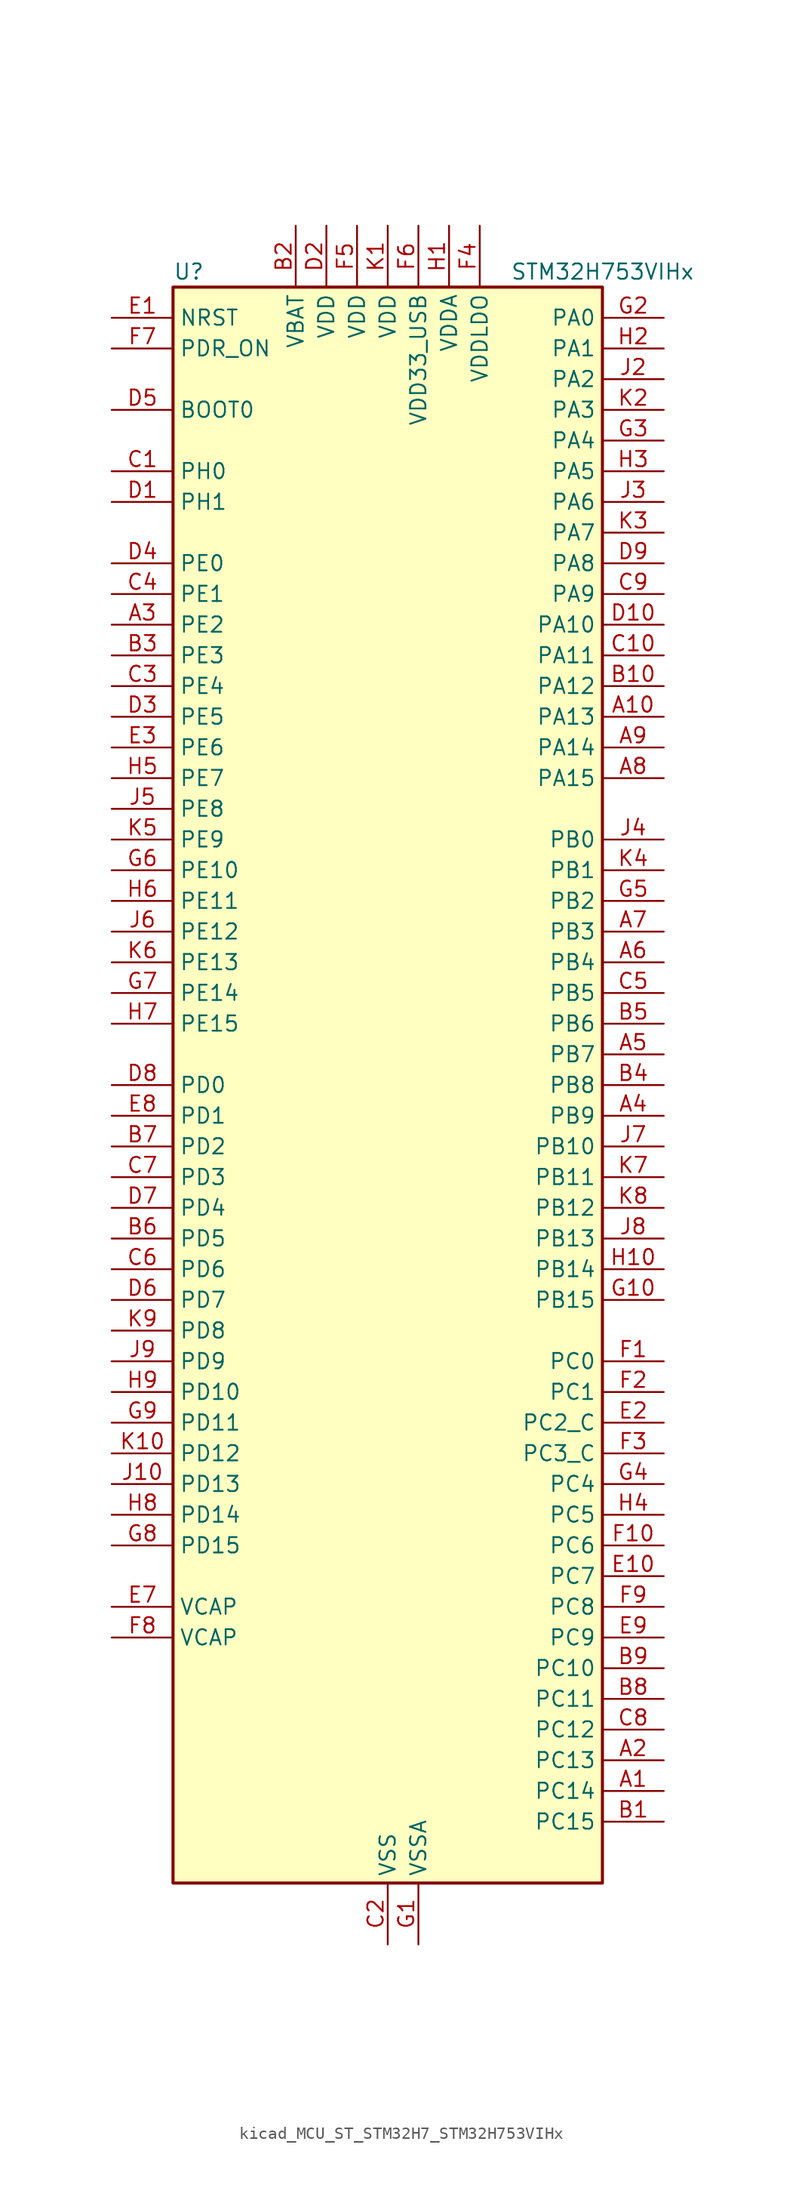
<source format=kicad_sym>
(kicad_symbol_lib
  (version 20220914)
  (generator kicad_symbol_editor)
  (symbol "kicad_MCU_ST_STM32H7_STM32H753VIHx"
    (property "Reference" "U"
      (at -17.78 67.31 0)
      (effects (font (size 1.27 1.27)) (justify left)))
    (property "Value" "STM32H753VIHx"
      (at 10.16 67.31 0)
      (effects (font (size 1.27 1.27)) (justify left)))
    (property "ki_locked" ""
      (at 0 0 0)
      (effects (font (size 1.27 1.27))))
    (symbol "kicad_MCU_ST_STM32H7_STM32H753VIHx_0_1"
      (rectangle (start -17.78 -66.04) (end 17.78 66.04) (stroke (width 0.254) (type default)) (fill (type background))))
    (symbol "kicad_MCU_ST_STM32H7_STM32H753VIHx_1_1"
      (pin bidirectional line (at 22.86 -58.42 180) (length 5.08) (name "PC14" (effects (font (size 1.27 1.27)))) (number "A1" (effects (font (size 1.27 1.27)))) (alternate "RCC_OSC32_IN" bidirectional line))
      (pin bidirectional line (at 22.86 30.48 180) (length 5.08) (name "PA13" (effects (font (size 1.27 1.27)))) (number "A10" (effects (font (size 1.27 1.27)))) (alternate "DEBUG_JTMS-SWDIO" bidirectional line))
      (pin bidirectional line (at 22.86 -55.88 180) (length 5.08) (name "PC13" (effects (font (size 1.27 1.27)))) (number "A2" (effects (font (size 1.27 1.27)))) (alternate "PWR_WKUP2" bidirectional line) (alternate "RTC_OUT_ALARM" bidirectional line) (alternate "RTC_OUT_CALIB" bidirectional line) (alternate "RTC_TAMP1" bidirectional line) (alternate "RTC_TS" bidirectional line))
      (pin bidirectional line (at -22.86 38.1 0) (length 5.08) (name "PE2" (effects (font (size 1.27 1.27)))) (number "A3" (effects (font (size 1.27 1.27)))) (alternate "DEBUG_TRACECLK" bidirectional line) (alternate "ETH_TXD3" bidirectional line) (alternate "FMC_A23" bidirectional line) (alternate "QUADSPI_BK1_IO2" bidirectional line) (alternate "SAI1_CK1" bidirectional line) (alternate "SAI1_MCLK_A" bidirectional line) (alternate "SAI4_CK1" bidirectional line) (alternate "SAI4_MCLK_A" bidirectional line) (alternate "SPI4_SCK" bidirectional line))
      (pin bidirectional line (at 22.86 -2.54 180) (length 5.08) (name "PB9" (effects (font (size 1.27 1.27)))) (number "A4" (effects (font (size 1.27 1.27)))) (alternate "DAC1_EXTI9" bidirectional line) (alternate "DCMI_D7" bidirectional line) (alternate "DFSDM1_DATIN7" bidirectional line) (alternate "FDCAN1_TX" bidirectional line) (alternate "I2C1_SDA" bidirectional line) (alternate "I2C4_SDA" bidirectional line) (alternate "I2C4_SMBA" bidirectional line) (alternate "I2S2_WS" bidirectional line) (alternate "LTDC_B7" bidirectional line) (alternate "SDMMC1_CDIR" bidirectional line) (alternate "SDMMC1_D5" bidirectional line) (alternate "SDMMC2_D5" bidirectional line) (alternate "SPI2_NSS" bidirectional line) (alternate "TIM17_CH1" bidirectional line) (alternate "TIM4_CH4" bidirectional line) (alternate "UART4_TX" bidirectional line))
      (pin bidirectional line (at 22.86 2.54 180) (length 5.08) (name "PB7" (effects (font (size 1.27 1.27)))) (number "A5" (effects (font (size 1.27 1.27)))) (alternate "DCMI_VSYNC" bidirectional line) (alternate "DFSDM1_CKIN5" bidirectional line) (alternate "FMC_NL" bidirectional line) (alternate "HRTIM_EEV9" bidirectional line) (alternate "I2C1_SDA" bidirectional line) (alternate "I2C4_SDA" bidirectional line) (alternate "LPUART1_RX" bidirectional line) (alternate "PWR_PVD_IN" bidirectional line) (alternate "TIM17_CH1N" bidirectional line) (alternate "TIM4_CH2" bidirectional line) (alternate "USART1_RX" bidirectional line))
      (pin bidirectional line (at 22.86 10.16 180) (length 5.08) (name "PB4" (effects (font (size 1.27 1.27)))) (number "A6" (effects (font (size 1.27 1.27)))) (alternate "DEBUG_JTRST" bidirectional line) (alternate "HRTIM_EEV6" bidirectional line) (alternate "I2S1_SDI" bidirectional line) (alternate "I2S2_WS" bidirectional line) (alternate "I2S3_SDI" bidirectional line) (alternate "SDMMC2_D3" bidirectional line) (alternate "SPI1_MISO" bidirectional line) (alternate "SPI2_NSS" bidirectional line) (alternate "SPI3_MISO" bidirectional line) (alternate "SPI6_MISO" bidirectional line) (alternate "TIM16_BKIN" bidirectional line) (alternate "TIM3_CH1" bidirectional line) (alternate "UART7_TX" bidirectional line))
      (pin bidirectional line (at 22.86 12.7 180) (length 5.08) (name "PB3" (effects (font (size 1.27 1.27)))) (number "A7" (effects (font (size 1.27 1.27)))) (alternate "CRS_SYNC" bidirectional line) (alternate "DEBUG_JTDO-SWO" bidirectional line) (alternate "HRTIM_FLT4" bidirectional line) (alternate "I2S1_CK" bidirectional line) (alternate "I2S3_CK" bidirectional line) (alternate "SDMMC2_D2" bidirectional line) (alternate "SPI1_SCK" bidirectional line) (alternate "SPI3_SCK" bidirectional line) (alternate "SPI6_SCK" bidirectional line) (alternate "TIM2_CH2" bidirectional line) (alternate "UART7_RX" bidirectional line))
      (pin bidirectional line (at 22.86 25.4 180) (length 5.08) (name "PA15" (effects (font (size 1.27 1.27)))) (number "A8" (effects (font (size 1.27 1.27)))) (alternate "ADC1_EXTI15" bidirectional line) (alternate "ADC2_EXTI15" bidirectional line) (alternate "ADC3_EXTI15" bidirectional line) (alternate "CEC" bidirectional line) (alternate "DEBUG_JTDI" bidirectional line) (alternate "HRTIM_FLT1" bidirectional line) (alternate "I2S1_WS" bidirectional line) (alternate "I2S3_WS" bidirectional line) (alternate "SPI1_NSS" bidirectional line) (alternate "SPI3_NSS" bidirectional line) (alternate "SPI6_NSS" bidirectional line) (alternate "TIM2_CH1" bidirectional line) (alternate "TIM2_ETR" bidirectional line) (alternate "UART4_DE" bidirectional line) (alternate "UART4_RTS" bidirectional line) (alternate "UART7_TX" bidirectional line))
      (pin bidirectional line (at 22.86 27.94 180) (length 5.08) (name "PA14" (effects (font (size 1.27 1.27)))) (number "A9" (effects (font (size 1.27 1.27)))) (alternate "DEBUG_JTCK-SWCLK" bidirectional line))
      (pin bidirectional line (at 22.86 -60.96 180) (length 5.08) (name "PC15" (effects (font (size 1.27 1.27)))) (number "B1" (effects (font (size 1.27 1.27)))) (alternate "ADC1_EXTI15" bidirectional line) (alternate "ADC2_EXTI15" bidirectional line) (alternate "ADC3_EXTI15" bidirectional line) (alternate "RCC_OSC32_OUT" bidirectional line))
      (pin bidirectional line (at 22.86 33.02 180) (length 5.08) (name "PA12" (effects (font (size 1.27 1.27)))) (number "B10" (effects (font (size 1.27 1.27)))) (alternate "FDCAN1_TX" bidirectional line) (alternate "HRTIM_CHD2" bidirectional line) (alternate "I2S2_CK" bidirectional line) (alternate "LPUART1_DE" bidirectional line) (alternate "LPUART1_RTS" bidirectional line) (alternate "LTDC_R5" bidirectional line) (alternate "SAI2_FS_B" bidirectional line) (alternate "SPI2_SCK" bidirectional line) (alternate "TIM1_ETR" bidirectional line) (alternate "UART4_TX" bidirectional line) (alternate "USART1_DE" bidirectional line) (alternate "USART1_RTS" bidirectional line) (alternate "USB_OTG_FS_DP" bidirectional line))
      (pin power_in line (at -7.62 71.12 270) (length 5.08) (name "VBAT" (effects (font (size 1.27 1.27)))) (number "B2" (effects (font (size 1.27 1.27)))))
      (pin bidirectional line (at -22.86 35.56 0) (length 5.08) (name "PE3" (effects (font (size 1.27 1.27)))) (number "B3" (effects (font (size 1.27 1.27)))) (alternate "DEBUG_TRACED0" bidirectional line) (alternate "FMC_A19" bidirectional line) (alternate "SAI1_SD_B" bidirectional line) (alternate "SAI4_SD_B" bidirectional line) (alternate "TIM15_BKIN" bidirectional line))
      (pin bidirectional line (at 22.86 0 180) (length 5.08) (name "PB8" (effects (font (size 1.27 1.27)))) (number "B4" (effects (font (size 1.27 1.27)))) (alternate "DCMI_D6" bidirectional line) (alternate "DFSDM1_CKIN7" bidirectional line) (alternate "ETH_TXD3" bidirectional line) (alternate "FDCAN1_RX" bidirectional line) (alternate "I2C1_SCL" bidirectional line) (alternate "I2C4_SCL" bidirectional line) (alternate "LTDC_B6" bidirectional line) (alternate "SDMMC1_CKIN" bidirectional line) (alternate "SDMMC1_D4" bidirectional line) (alternate "SDMMC2_D4" bidirectional line) (alternate "TIM16_CH1" bidirectional line) (alternate "TIM4_CH3" bidirectional line) (alternate "UART4_RX" bidirectional line))
      (pin bidirectional line (at 22.86 5.08 180) (length 5.08) (name "PB6" (effects (font (size 1.27 1.27)))) (number "B5" (effects (font (size 1.27 1.27)))) (alternate "CEC" bidirectional line) (alternate "DCMI_D5" bidirectional line) (alternate "DFSDM1_DATIN5" bidirectional line) (alternate "FDCAN2_TX" bidirectional line) (alternate "FMC_SDNE1" bidirectional line) (alternate "HRTIM_EEV8" bidirectional line) (alternate "I2C1_SCL" bidirectional line) (alternate "I2C4_SCL" bidirectional line) (alternate "LPUART1_TX" bidirectional line) (alternate "QUADSPI_BK1_NCS" bidirectional line) (alternate "TIM16_CH1N" bidirectional line) (alternate "TIM4_CH1" bidirectional line) (alternate "UART5_TX" bidirectional line) (alternate "USART1_TX" bidirectional line))
      (pin bidirectional line (at -22.86 -12.7 0) (length 5.08) (name "PD5" (effects (font (size 1.27 1.27)))) (number "B6" (effects (font (size 1.27 1.27)))) (alternate "FMC_NWE" bidirectional line) (alternate "HRTIM_EEV3" bidirectional line) (alternate "USART2_TX" bidirectional line))
      (pin bidirectional line (at -22.86 -5.08 0) (length 5.08) (name "PD2" (effects (font (size 1.27 1.27)))) (number "B7" (effects (font (size 1.27 1.27)))) (alternate "DCMI_D11" bidirectional line) (alternate "DEBUG_TRACED2" bidirectional line) (alternate "SDMMC1_CMD" bidirectional line) (alternate "TIM3_ETR" bidirectional line) (alternate "UART5_RX" bidirectional line))
      (pin bidirectional line (at 22.86 -50.8 180) (length 5.08) (name "PC11" (effects (font (size 1.27 1.27)))) (number "B8" (effects (font (size 1.27 1.27)))) (alternate "ADC1_EXTI11" bidirectional line) (alternate "ADC2_EXTI11" bidirectional line) (alternate "ADC3_EXTI11" bidirectional line) (alternate "DCMI_D4" bidirectional line) (alternate "DFSDM1_DATIN5" bidirectional line) (alternate "HRTIM_FLT2" bidirectional line) (alternate "I2S3_SDI" bidirectional line) (alternate "QUADSPI_BK2_NCS" bidirectional line) (alternate "SDMMC1_D3" bidirectional line) (alternate "SPI3_MISO" bidirectional line) (alternate "UART4_RX" bidirectional line) (alternate "USART3_RX" bidirectional line))
      (pin bidirectional line (at 22.86 -48.26 180) (length 5.08) (name "PC10" (effects (font (size 1.27 1.27)))) (number "B9" (effects (font (size 1.27 1.27)))) (alternate "DCMI_D8" bidirectional line) (alternate "DFSDM1_CKIN5" bidirectional line) (alternate "HRTIM_EEV1" bidirectional line) (alternate "I2S3_CK" bidirectional line) (alternate "LTDC_R2" bidirectional line) (alternate "QUADSPI_BK1_IO1" bidirectional line) (alternate "SDMMC1_D2" bidirectional line) (alternate "SPI3_SCK" bidirectional line) (alternate "UART4_TX" bidirectional line) (alternate "USART3_TX" bidirectional line))
      (pin bidirectional line (at -22.86 50.8 0) (length 5.08) (name "PH0" (effects (font (size 1.27 1.27)))) (number "C1" (effects (font (size 1.27 1.27)))) (alternate "RCC_OSC_IN" bidirectional line))
      (pin bidirectional line (at 22.86 35.56 180) (length 5.08) (name "PA11" (effects (font (size 1.27 1.27)))) (number "C10" (effects (font (size 1.27 1.27)))) (alternate "ADC1_EXTI11" bidirectional line) (alternate "ADC2_EXTI11" bidirectional line) (alternate "ADC3_EXTI11" bidirectional line) (alternate "FDCAN1_RX" bidirectional line) (alternate "HRTIM_CHD1" bidirectional line) (alternate "I2S2_WS" bidirectional line) (alternate "LPUART1_CTS" bidirectional line) (alternate "LTDC_R4" bidirectional line) (alternate "SPI2_NSS" bidirectional line) (alternate "TIM1_CH4" bidirectional line) (alternate "UART4_RX" bidirectional line) (alternate "USART1_CTS" bidirectional line) (alternate "USART1_NSS" bidirectional line) (alternate "USB_OTG_FS_DM" bidirectional line))
      (pin power_in line (at 0 -71.12 90) (length 5.08) (name "VSS" (effects (font (size 1.27 1.27)))) (number "C2" (effects (font (size 1.27 1.27)))))
      (pin bidirectional line (at -22.86 33.02 0) (length 5.08) (name "PE4" (effects (font (size 1.27 1.27)))) (number "C3" (effects (font (size 1.27 1.27)))) (alternate "DCMI_D4" bidirectional line) (alternate "DEBUG_TRACED1" bidirectional line) (alternate "DFSDM1_DATIN3" bidirectional line) (alternate "FMC_A20" bidirectional line) (alternate "LTDC_B0" bidirectional line) (alternate "SAI1_D2" bidirectional line) (alternate "SAI1_FS_A" bidirectional line) (alternate "SAI4_D2" bidirectional line) (alternate "SAI4_FS_A" bidirectional line) (alternate "SPI4_NSS" bidirectional line) (alternate "TIM15_CH1N" bidirectional line))
      (pin bidirectional line (at -22.86 40.64 0) (length 5.08) (name "PE1" (effects (font (size 1.27 1.27)))) (number "C4" (effects (font (size 1.27 1.27)))) (alternate "DCMI_D3" bidirectional line) (alternate "FMC_NBL1" bidirectional line) (alternate "HRTIM_SCOUT" bidirectional line) (alternate "LPTIM1_IN2" bidirectional line) (alternate "UART8_TX" bidirectional line))
      (pin bidirectional line (at 22.86 7.62 180) (length 5.08) (name "PB5" (effects (font (size 1.27 1.27)))) (number "C5" (effects (font (size 1.27 1.27)))) (alternate "DCMI_D10" bidirectional line) (alternate "ETH_PPS_OUT" bidirectional line) (alternate "FDCAN2_RX" bidirectional line) (alternate "FMC_SDCKE1" bidirectional line) (alternate "HRTIM_EEV7" bidirectional line) (alternate "I2C1_SMBA" bidirectional line) (alternate "I2C4_SMBA" bidirectional line) (alternate "I2S1_SDO" bidirectional line) (alternate "I2S3_SDO" bidirectional line) (alternate "SPI1_MOSI" bidirectional line) (alternate "SPI3_MOSI" bidirectional line) (alternate "SPI6_MOSI" bidirectional line) (alternate "TIM17_BKIN" bidirectional line) (alternate "TIM3_CH2" bidirectional line) (alternate "UART5_RX" bidirectional line) (alternate "USB_OTG_HS_ULPI_D7" bidirectional line))
      (pin bidirectional line (at -22.86 -15.24 0) (length 5.08) (name "PD6" (effects (font (size 1.27 1.27)))) (number "C6" (effects (font (size 1.27 1.27)))) (alternate "DCMI_D10" bidirectional line) (alternate "DFSDM1_CKIN4" bidirectional line) (alternate "DFSDM1_DATIN1" bidirectional line) (alternate "FMC_NWAIT" bidirectional line) (alternate "I2S3_SDO" bidirectional line) (alternate "LTDC_B2" bidirectional line) (alternate "SAI1_D1" bidirectional line) (alternate "SAI1_SD_A" bidirectional line) (alternate "SAI4_D1" bidirectional line) (alternate "SAI4_SD_A" bidirectional line) (alternate "SDMMC2_CK" bidirectional line) (alternate "SPI3_MOSI" bidirectional line) (alternate "USART2_RX" bidirectional line))
      (pin bidirectional line (at -22.86 -7.62 0) (length 5.08) (name "PD3" (effects (font (size 1.27 1.27)))) (number "C7" (effects (font (size 1.27 1.27)))) (alternate "DCMI_D5" bidirectional line) (alternate "DFSDM1_CKOUT" bidirectional line) (alternate "FMC_CLK" bidirectional line) (alternate "I2S2_CK" bidirectional line) (alternate "LTDC_G7" bidirectional line) (alternate "SPI2_SCK" bidirectional line) (alternate "USART2_CTS" bidirectional line) (alternate "USART2_NSS" bidirectional line))
      (pin bidirectional line (at 22.86 -53.34 180) (length 5.08) (name "PC12" (effects (font (size 1.27 1.27)))) (number "C8" (effects (font (size 1.27 1.27)))) (alternate "DCMI_D9" bidirectional line) (alternate "DEBUG_TRACED3" bidirectional line) (alternate "HRTIM_EEV2" bidirectional line) (alternate "I2S3_SDO" bidirectional line) (alternate "SDMMC1_CK" bidirectional line) (alternate "SPI3_MOSI" bidirectional line) (alternate "UART5_TX" bidirectional line) (alternate "USART3_CK" bidirectional line))
      (pin bidirectional line (at 22.86 40.64 180) (length 5.08) (name "PA9" (effects (font (size 1.27 1.27)))) (number "C9" (effects (font (size 1.27 1.27)))) (alternate "DAC1_EXTI9" bidirectional line) (alternate "DCMI_D0" bidirectional line) (alternate "HRTIM_CHC1" bidirectional line) (alternate "I2C3_SMBA" bidirectional line) (alternate "I2S2_CK" bidirectional line) (alternate "LPUART1_TX" bidirectional line) (alternate "LTDC_R5" bidirectional line) (alternate "SPI2_SCK" bidirectional line) (alternate "TIM1_CH2" bidirectional line) (alternate "USART1_TX" bidirectional line) (alternate "USB_OTG_FS_VBUS" bidirectional line))
      (pin bidirectional line (at -22.86 48.26 0) (length 5.08) (name "PH1" (effects (font (size 1.27 1.27)))) (number "D1" (effects (font (size 1.27 1.27)))) (alternate "RCC_OSC_OUT" bidirectional line))
      (pin bidirectional line (at 22.86 38.1 180) (length 5.08) (name "PA10" (effects (font (size 1.27 1.27)))) (number "D10" (effects (font (size 1.27 1.27)))) (alternate "DCMI_D1" bidirectional line) (alternate "HRTIM_CHC2" bidirectional line) (alternate "LPUART1_RX" bidirectional line) (alternate "LTDC_B1" bidirectional line) (alternate "LTDC_B4" bidirectional line) (alternate "MDIOS_MDIO" bidirectional line) (alternate "TIM1_CH3" bidirectional line) (alternate "USART1_RX" bidirectional line) (alternate "USB_OTG_FS_ID" bidirectional line))
      (pin power_in line (at -5.08 71.12 270) (length 5.08) (name "VDD" (effects (font (size 1.27 1.27)))) (number "D2" (effects (font (size 1.27 1.27)))))
      (pin bidirectional line (at -22.86 30.48 0) (length 5.08) (name "PE5" (effects (font (size 1.27 1.27)))) (number "D3" (effects (font (size 1.27 1.27)))) (alternate "DCMI_D6" bidirectional line) (alternate "DEBUG_TRACED2" bidirectional line) (alternate "DFSDM1_CKIN3" bidirectional line) (alternate "FMC_A21" bidirectional line) (alternate "LTDC_G0" bidirectional line) (alternate "SAI1_CK2" bidirectional line) (alternate "SAI1_SCK_A" bidirectional line) (alternate "SAI4_CK2" bidirectional line) (alternate "SAI4_SCK_A" bidirectional line) (alternate "SPI4_MISO" bidirectional line) (alternate "TIM15_CH1" bidirectional line))
      (pin bidirectional line (at -22.86 43.18 0) (length 5.08) (name "PE0" (effects (font (size 1.27 1.27)))) (number "D4" (effects (font (size 1.27 1.27)))) (alternate "DCMI_D2" bidirectional line) (alternate "FMC_NBL0" bidirectional line) (alternate "HRTIM_SCIN" bidirectional line) (alternate "LPTIM1_ETR" bidirectional line) (alternate "LPTIM2_ETR" bidirectional line) (alternate "SAI2_MCLK_A" bidirectional line) (alternate "TIM4_ETR" bidirectional line) (alternate "UART8_RX" bidirectional line))
      (pin input line (at -22.86 55.88 0) (length 5.08) (name "BOOT0" (effects (font (size 1.27 1.27)))) (number "D5" (effects (font (size 1.27 1.27)))))
      (pin bidirectional line (at -22.86 -17.78 0) (length 5.08) (name "PD7" (effects (font (size 1.27 1.27)))) (number "D6" (effects (font (size 1.27 1.27)))) (alternate "DFSDM1_CKIN1" bidirectional line) (alternate "DFSDM1_DATIN4" bidirectional line) (alternate "FMC_NE1" bidirectional line) (alternate "I2S1_SDO" bidirectional line) (alternate "SDMMC2_CMD" bidirectional line) (alternate "SPDIFRX1_IN0" bidirectional line) (alternate "SPI1_MOSI" bidirectional line) (alternate "USART2_CK" bidirectional line))
      (pin bidirectional line (at -22.86 -10.16 0) (length 5.08) (name "PD4" (effects (font (size 1.27 1.27)))) (number "D7" (effects (font (size 1.27 1.27)))) (alternate "FMC_NOE" bidirectional line) (alternate "HRTIM_FLT3" bidirectional line) (alternate "SAI3_FS_A" bidirectional line) (alternate "USART2_DE" bidirectional line) (alternate "USART2_RTS" bidirectional line))
      (pin bidirectional line (at -22.86 0 0) (length 5.08) (name "PD0" (effects (font (size 1.27 1.27)))) (number "D8" (effects (font (size 1.27 1.27)))) (alternate "DFSDM1_CKIN6" bidirectional line) (alternate "FDCAN1_RX" bidirectional line) (alternate "FMC_D2" bidirectional line) (alternate "FMC_DA2" bidirectional line) (alternate "SAI3_SCK_A" bidirectional line) (alternate "UART4_RX" bidirectional line))
      (pin bidirectional line (at 22.86 43.18 180) (length 5.08) (name "PA8" (effects (font (size 1.27 1.27)))) (number "D9" (effects (font (size 1.27 1.27)))) (alternate "HRTIM_CHB2" bidirectional line) (alternate "I2C3_SCL" bidirectional line) (alternate "LTDC_B3" bidirectional line) (alternate "LTDC_R6" bidirectional line) (alternate "RCC_MCO_1" bidirectional line) (alternate "TIM1_CH1" bidirectional line) (alternate "TIM8_BKIN2" bidirectional line) (alternate "TIM8_BKIN2_COMP1" bidirectional line) (alternate "TIM8_BKIN2_COMP2" bidirectional line) (alternate "UART7_RX" bidirectional line) (alternate "USART1_CK" bidirectional line) (alternate "USB_OTG_FS_SOF" bidirectional line))
      (pin input line (at -22.86 63.5 0) (length 5.08) (name "NRST" (effects (font (size 1.27 1.27)))) (number "E1" (effects (font (size 1.27 1.27)))))
      (pin bidirectional line (at 22.86 -40.64 180) (length 5.08) (name "PC7" (effects (font (size 1.27 1.27)))) (number "E10" (effects (font (size 1.27 1.27)))) (alternate "DCMI_D1" bidirectional line) (alternate "DEBUG_TRGIO" bidirectional line) (alternate "DFSDM1_DATIN3" bidirectional line) (alternate "FMC_NE1" bidirectional line) (alternate "HRTIM_CHA2" bidirectional line) (alternate "I2S3_MCK" bidirectional line) (alternate "LTDC_G6" bidirectional line) (alternate "SDMMC1_D123DIR" bidirectional line) (alternate "SDMMC1_D7" bidirectional line) (alternate "SDMMC2_D7" bidirectional line) (alternate "SWPMI1_TX" bidirectional line) (alternate "TIM3_CH2" bidirectional line) (alternate "TIM8_CH2" bidirectional line) (alternate "USART6_RX" bidirectional line))
      (pin bidirectional line (at 22.86 -27.94 180) (length 5.08) (name "PC2_C" (effects (font (size 1.27 1.27)))) (number "E2" (effects (font (size 1.27 1.27)))) (alternate "ADC3_INN1" bidirectional line) (alternate "ADC3_INP0" bidirectional line) (alternate "DFSDM1_CKIN1" bidirectional line) (alternate "DFSDM1_CKOUT" bidirectional line) (alternate "ETH_TXD2" bidirectional line) (alternate "FMC_SDNE0" bidirectional line) (alternate "I2S2_SDI" bidirectional line) (alternate "PWR_CSTOP" bidirectional line) (alternate "SPI2_MISO" bidirectional line) (alternate "USB_OTG_HS_ULPI_DIR" bidirectional line))
      (pin bidirectional line (at -22.86 27.94 0) (length 5.08) (name "PE6" (effects (font (size 1.27 1.27)))) (number "E3" (effects (font (size 1.27 1.27)))) (alternate "DCMI_D7" bidirectional line) (alternate "DEBUG_TRACED3" bidirectional line) (alternate "FMC_A22" bidirectional line) (alternate "LTDC_G1" bidirectional line) (alternate "SAI1_D1" bidirectional line) (alternate "SAI1_SD_A" bidirectional line) (alternate "SAI2_MCLK_B" bidirectional line) (alternate "SAI4_D1" bidirectional line) (alternate "SAI4_SD_A" bidirectional line) (alternate "SPI4_MOSI" bidirectional line) (alternate "TIM15_CH2" bidirectional line) (alternate "TIM1_BKIN2" bidirectional line) (alternate "TIM1_BKIN2_COMP1" bidirectional line) (alternate "TIM1_BKIN2_COMP2" bidirectional line))
      (pin passive line (at 0 -71.12 90) (length 5.08) hide (name "VSS" (effects (font (size 1.27 1.27)))) (number "E4" (effects (font (size 1.27 1.27)))))
      (pin passive line (at 0 -71.12 90) (length 5.08) hide (name "VSS" (effects (font (size 1.27 1.27)))) (number "E5" (effects (font (size 1.27 1.27)))))
      (pin passive line (at 0 -71.12 90) (length 5.08) hide (name "VSS" (effects (font (size 1.27 1.27)))) (number "E6" (effects (font (size 1.27 1.27)))))
      (pin power_out line (at -22.86 -43.18 0) (length 5.08) (name "VCAP" (effects (font (size 1.27 1.27)))) (number "E7" (effects (font (size 1.27 1.27)))))
      (pin bidirectional line (at -22.86 -2.54 0) (length 5.08) (name "PD1" (effects (font (size 1.27 1.27)))) (number "E8" (effects (font (size 1.27 1.27)))) (alternate "DFSDM1_DATIN6" bidirectional line) (alternate "FDCAN1_TX" bidirectional line) (alternate "FMC_D3" bidirectional line) (alternate "FMC_DA3" bidirectional line) (alternate "SAI3_SD_A" bidirectional line) (alternate "UART4_TX" bidirectional line))
      (pin bidirectional line (at 22.86 -45.72 180) (length 5.08) (name "PC9" (effects (font (size 1.27 1.27)))) (number "E9" (effects (font (size 1.27 1.27)))) (alternate "DAC1_EXTI9" bidirectional line) (alternate "DCMI_D3" bidirectional line) (alternate "I2C3_SDA" bidirectional line) (alternate "I2S_CKIN" bidirectional line) (alternate "LTDC_B2" bidirectional line) (alternate "LTDC_G3" bidirectional line) (alternate "QUADSPI_BK1_IO0" bidirectional line) (alternate "RCC_MCO_2" bidirectional line) (alternate "SDMMC1_D1" bidirectional line) (alternate "SWPMI1_SUSPEND" bidirectional line) (alternate "TIM3_CH4" bidirectional line) (alternate "TIM8_CH4" bidirectional line) (alternate "UART5_CTS" bidirectional line))
      (pin bidirectional line (at 22.86 -22.86 180) (length 5.08) (name "PC0" (effects (font (size 1.27 1.27)))) (number "F1" (effects (font (size 1.27 1.27)))) (alternate "ADC1_INP10" bidirectional line) (alternate "ADC2_INP10" bidirectional line) (alternate "ADC3_INP10" bidirectional line) (alternate "DFSDM1_CKIN0" bidirectional line) (alternate "DFSDM1_DATIN4" bidirectional line) (alternate "FMC_SDNWE" bidirectional line) (alternate "LTDC_R5" bidirectional line) (alternate "SAI2_FS_B" bidirectional line) (alternate "USB_OTG_HS_ULPI_STP" bidirectional line))
      (pin bidirectional line (at 22.86 -38.1 180) (length 5.08) (name "PC6" (effects (font (size 1.27 1.27)))) (number "F10" (effects (font (size 1.27 1.27)))) (alternate "DCMI_D0" bidirectional line) (alternate "DFSDM1_CKIN3" bidirectional line) (alternate "FMC_NWAIT" bidirectional line) (alternate "HRTIM_CHA1" bidirectional line) (alternate "I2S2_MCK" bidirectional line) (alternate "LTDC_HSYNC" bidirectional line) (alternate "SDMMC1_D0DIR" bidirectional line) (alternate "SDMMC1_D6" bidirectional line) (alternate "SDMMC2_D6" bidirectional line) (alternate "SWPMI1_IO" bidirectional line) (alternate "TIM3_CH1" bidirectional line) (alternate "TIM8_CH1" bidirectional line) (alternate "USART6_TX" bidirectional line))
      (pin bidirectional line (at 22.86 -25.4 180) (length 5.08) (name "PC1" (effects (font (size 1.27 1.27)))) (number "F2" (effects (font (size 1.27 1.27)))) (alternate "ADC1_INN10" bidirectional line) (alternate "ADC1_INP11" bidirectional line) (alternate "ADC2_INN10" bidirectional line) (alternate "ADC2_INP11" bidirectional line) (alternate "ADC3_INN10" bidirectional line) (alternate "ADC3_INP11" bidirectional line) (alternate "DEBUG_TRACED0" bidirectional line) (alternate "DFSDM1_CKIN4" bidirectional line) (alternate "DFSDM1_DATIN0" bidirectional line) (alternate "ETH_MDC" bidirectional line) (alternate "I2S2_SDO" bidirectional line) (alternate "MDIOS_MDC" bidirectional line) (alternate "PWR_WKUP5" bidirectional line) (alternate "RTC_TAMP3" bidirectional line) (alternate "SAI1_D1" bidirectional line) (alternate "SAI1_SD_A" bidirectional line) (alternate "SAI4_D1" bidirectional line) (alternate "SAI4_SD_A" bidirectional line) (alternate "SDMMC2_CK" bidirectional line) (alternate "SPI2_MOSI" bidirectional line))
      (pin bidirectional line (at 22.86 -30.48 180) (length 5.08) (name "PC3_C" (effects (font (size 1.27 1.27)))) (number "F3" (effects (font (size 1.27 1.27)))) (alternate "ADC3_INP1" bidirectional line) (alternate "DFSDM1_DATIN1" bidirectional line) (alternate "ETH_TX_CLK" bidirectional line) (alternate "FMC_SDCKE0" bidirectional line) (alternate "I2S2_SDO" bidirectional line) (alternate "PWR_CSLEEP" bidirectional line) (alternate "SPI2_MOSI" bidirectional line) (alternate "USB_OTG_HS_ULPI_NXT" bidirectional line))
      (pin power_in line (at 7.62 71.12 270) (length 5.08) (name "VDDLDO" (effects (font (size 1.27 1.27)))) (number "F4" (effects (font (size 1.27 1.27)))))
      (pin power_in line (at -2.54 71.12 270) (length 5.08) (name "VDD" (effects (font (size 1.27 1.27)))) (number "F5" (effects (font (size 1.27 1.27)))))
      (pin power_in line (at 2.54 71.12 270) (length 5.08) (name "VDD33_USB" (effects (font (size 1.27 1.27)))) (number "F6" (effects (font (size 1.27 1.27)))))
      (pin input line (at -22.86 60.96 0) (length 5.08) (name "PDR_ON" (effects (font (size 1.27 1.27)))) (number "F7" (effects (font (size 1.27 1.27)))))
      (pin power_out line (at -22.86 -45.72 0) (length 5.08) (name "VCAP" (effects (font (size 1.27 1.27)))) (number "F8" (effects (font (size 1.27 1.27)))))
      (pin bidirectional line (at 22.86 -43.18 180) (length 5.08) (name "PC8" (effects (font (size 1.27 1.27)))) (number "F9" (effects (font (size 1.27 1.27)))) (alternate "DCMI_D2" bidirectional line) (alternate "DEBUG_TRACED1" bidirectional line) (alternate "FMC_NCE" bidirectional line) (alternate "FMC_NE2" bidirectional line) (alternate "HRTIM_CHB1" bidirectional line) (alternate "SDMMC1_D0" bidirectional line) (alternate "SWPMI1_RX" bidirectional line) (alternate "TIM3_CH3" bidirectional line) (alternate "TIM8_CH3" bidirectional line) (alternate "UART5_DE" bidirectional line) (alternate "UART5_RTS" bidirectional line) (alternate "USART6_CK" bidirectional line))
      (pin power_in line (at 2.54 -71.12 90) (length 5.08) (name "VSSA" (effects (font (size 1.27 1.27)))) (number "G1" (effects (font (size 1.27 1.27)))))
      (pin bidirectional line (at 22.86 -17.78 180) (length 5.08) (name "PB15" (effects (font (size 1.27 1.27)))) (number "G10" (effects (font (size 1.27 1.27)))) (alternate "ADC1_EXTI15" bidirectional line) (alternate "ADC2_EXTI15" bidirectional line) (alternate "ADC3_EXTI15" bidirectional line) (alternate "DFSDM1_CKIN2" bidirectional line) (alternate "I2S2_SDO" bidirectional line) (alternate "RTC_REFIN" bidirectional line) (alternate "SDMMC2_D1" bidirectional line) (alternate "SPI2_MOSI" bidirectional line) (alternate "TIM12_CH2" bidirectional line) (alternate "TIM1_CH3N" bidirectional line) (alternate "TIM8_CH3N" bidirectional line) (alternate "UART4_CTS" bidirectional line) (alternate "USART1_RX" bidirectional line) (alternate "USB_OTG_HS_DP" bidirectional line))
      (pin bidirectional line (at 22.86 63.5 180) (length 5.08) (name "PA0" (effects (font (size 1.27 1.27)))) (number "G2" (effects (font (size 1.27 1.27)))) (alternate "ADC1_INP16" bidirectional line) (alternate "ETH_CRS" bidirectional line) (alternate "PWR_WKUP0" bidirectional line) (alternate "SAI2_SD_B" bidirectional line) (alternate "SDMMC2_CMD" bidirectional line) (alternate "TIM15_BKIN" bidirectional line) (alternate "TIM2_CH1" bidirectional line) (alternate "TIM2_ETR" bidirectional line) (alternate "TIM5_CH1" bidirectional line) (alternate "TIM8_ETR" bidirectional line) (alternate "UART4_TX" bidirectional line) (alternate "USART2_CTS" bidirectional line) (alternate "USART2_NSS" bidirectional line))
      (pin bidirectional line (at 22.86 53.34 180) (length 5.08) (name "PA4" (effects (font (size 1.27 1.27)))) (number "G3" (effects (font (size 1.27 1.27)))) (alternate "ADC1_INP18" bidirectional line) (alternate "ADC2_INP18" bidirectional line) (alternate "DAC1_OUT1" bidirectional line) (alternate "DCMI_HSYNC" bidirectional line) (alternate "I2S1_WS" bidirectional line) (alternate "I2S3_WS" bidirectional line) (alternate "LTDC_VSYNC" bidirectional line) (alternate "SPI1_NSS" bidirectional line) (alternate "SPI3_NSS" bidirectional line) (alternate "SPI6_NSS" bidirectional line) (alternate "TIM5_ETR" bidirectional line) (alternate "USART2_CK" bidirectional line) (alternate "USB_OTG_HS_SOF" bidirectional line))
      (pin bidirectional line (at 22.86 -33.02 180) (length 5.08) (name "PC4" (effects (font (size 1.27 1.27)))) (number "G4" (effects (font (size 1.27 1.27)))) (alternate "ADC1_INP4" bidirectional line) (alternate "ADC2_INP4" bidirectional line) (alternate "COMP1_INM" bidirectional line) (alternate "DFSDM1_CKIN2" bidirectional line) (alternate "ETH_RXD0" bidirectional line) (alternate "FMC_SDNE0" bidirectional line) (alternate "I2S1_MCK" bidirectional line) (alternate "OPAMP1_VOUT" bidirectional line) (alternate "SPDIFRX1_IN2" bidirectional line))
      (pin bidirectional line (at 22.86 15.24 180) (length 5.08) (name "PB2" (effects (font (size 1.27 1.27)))) (number "G5" (effects (font (size 1.27 1.27)))) (alternate "COMP1_INP" bidirectional line) (alternate "DFSDM1_CKIN1" bidirectional line) (alternate "I2S3_SDO" bidirectional line) (alternate "QUADSPI_CLK" bidirectional line) (alternate "RTC_OUT_ALARM" bidirectional line) (alternate "RTC_OUT_CALIB" bidirectional line) (alternate "SAI1_D1" bidirectional line) (alternate "SAI1_SD_A" bidirectional line) (alternate "SAI4_D1" bidirectional line) (alternate "SAI4_SD_A" bidirectional line) (alternate "SPI3_MOSI" bidirectional line))
      (pin bidirectional line (at -22.86 17.78 0) (length 5.08) (name "PE10" (effects (font (size 1.27 1.27)))) (number "G6" (effects (font (size 1.27 1.27)))) (alternate "COMP2_INM" bidirectional line) (alternate "DFSDM1_DATIN4" bidirectional line) (alternate "FMC_D7" bidirectional line) (alternate "FMC_DA7" bidirectional line) (alternate "QUADSPI_BK2_IO3" bidirectional line) (alternate "TIM1_CH2N" bidirectional line) (alternate "UART7_CTS" bidirectional line))
      (pin bidirectional line (at -22.86 7.62 0) (length 5.08) (name "PE14" (effects (font (size 1.27 1.27)))) (number "G7" (effects (font (size 1.27 1.27)))) (alternate "FMC_D11" bidirectional line) (alternate "FMC_DA11" bidirectional line) (alternate "LTDC_CLK" bidirectional line) (alternate "SAI2_MCLK_B" bidirectional line) (alternate "SPI4_MOSI" bidirectional line) (alternate "TIM1_CH4" bidirectional line))
      (pin bidirectional line (at -22.86 -38.1 0) (length 5.08) (name "PD15" (effects (font (size 1.27 1.27)))) (number "G8" (effects (font (size 1.27 1.27)))) (alternate "ADC1_EXTI15" bidirectional line) (alternate "ADC2_EXTI15" bidirectional line) (alternate "ADC3_EXTI15" bidirectional line) (alternate "FMC_D1" bidirectional line) (alternate "FMC_DA1" bidirectional line) (alternate "SAI3_MCLK_A" bidirectional line) (alternate "TIM4_CH4" bidirectional line) (alternate "UART8_DE" bidirectional line) (alternate "UART8_RTS" bidirectional line))
      (pin bidirectional line (at -22.86 -27.94 0) (length 5.08) (name "PD11" (effects (font (size 1.27 1.27)))) (number "G9" (effects (font (size 1.27 1.27)))) (alternate "ADC1_EXTI11" bidirectional line) (alternate "ADC2_EXTI11" bidirectional line) (alternate "ADC3_EXTI11" bidirectional line) (alternate "FMC_A16" bidirectional line) (alternate "FMC_CLE" bidirectional line) (alternate "I2C4_SMBA" bidirectional line) (alternate "LPTIM2_IN2" bidirectional line) (alternate "QUADSPI_BK1_IO0" bidirectional line) (alternate "SAI2_SD_A" bidirectional line) (alternate "USART3_CTS" bidirectional line) (alternate "USART3_NSS" bidirectional line))
      (pin power_in line (at 5.08 71.12 270) (length 5.08) (name "VDDA" (effects (font (size 1.27 1.27)))) (number "H1" (effects (font (size 1.27 1.27)))))
      (pin bidirectional line (at 22.86 -15.24 180) (length 5.08) (name "PB14" (effects (font (size 1.27 1.27)))) (number "H10" (effects (font (size 1.27 1.27)))) (alternate "DFSDM1_DATIN2" bidirectional line) (alternate "I2S2_SDI" bidirectional line) (alternate "SDMMC2_D0" bidirectional line) (alternate "SPI2_MISO" bidirectional line) (alternate "TIM12_CH1" bidirectional line) (alternate "TIM1_CH2N" bidirectional line) (alternate "TIM8_CH2N" bidirectional line) (alternate "UART4_DE" bidirectional line) (alternate "UART4_RTS" bidirectional line) (alternate "USART1_TX" bidirectional line) (alternate "USART3_DE" bidirectional line) (alternate "USART3_RTS" bidirectional line) (alternate "USB_OTG_HS_DM" bidirectional line))
      (pin bidirectional line (at 22.86 60.96 180) (length 5.08) (name "PA1" (effects (font (size 1.27 1.27)))) (number "H2" (effects (font (size 1.27 1.27)))) (alternate "ADC1_INN16" bidirectional line) (alternate "ADC1_INP17" bidirectional line) (alternate "ETH_REF_CLK" bidirectional line) (alternate "ETH_RX_CLK" bidirectional line) (alternate "LPTIM3_OUT" bidirectional line) (alternate "LTDC_R2" bidirectional line) (alternate "QUADSPI_BK1_IO3" bidirectional line) (alternate "SAI2_MCLK_B" bidirectional line) (alternate "TIM15_CH1N" bidirectional line) (alternate "TIM2_CH2" bidirectional line) (alternate "TIM5_CH2" bidirectional line) (alternate "UART4_RX" bidirectional line) (alternate "USART2_DE" bidirectional line) (alternate "USART2_RTS" bidirectional line))
      (pin bidirectional line (at 22.86 50.8 180) (length 5.08) (name "PA5" (effects (font (size 1.27 1.27)))) (number "H3" (effects (font (size 1.27 1.27)))) (alternate "ADC1_INN18" bidirectional line) (alternate "ADC1_INP19" bidirectional line) (alternate "ADC2_INN18" bidirectional line) (alternate "ADC2_INP19" bidirectional line) (alternate "DAC1_OUT2" bidirectional line) (alternate "I2S1_CK" bidirectional line) (alternate "LTDC_R4" bidirectional line) (alternate "PWR_NDSTOP2" bidirectional line) (alternate "SPI1_SCK" bidirectional line) (alternate "SPI6_SCK" bidirectional line) (alternate "TIM2_CH1" bidirectional line) (alternate "TIM2_ETR" bidirectional line) (alternate "TIM8_CH1N" bidirectional line) (alternate "USB_OTG_HS_ULPI_CK" bidirectional line))
      (pin bidirectional line (at 22.86 -35.56 180) (length 5.08) (name "PC5" (effects (font (size 1.27 1.27)))) (number "H4" (effects (font (size 1.27 1.27)))) (alternate "ADC1_INN4" bidirectional line) (alternate "ADC1_INP8" bidirectional line) (alternate "ADC2_INN4" bidirectional line) (alternate "ADC2_INP8" bidirectional line) (alternate "COMP1_OUT" bidirectional line) (alternate "DFSDM1_DATIN2" bidirectional line) (alternate "ETH_RXD1" bidirectional line) (alternate "FMC_SDCKE0" bidirectional line) (alternate "OPAMP1_VINM" bidirectional line) (alternate "OPAMP1_VINM0" bidirectional line) (alternate "SAI1_D3" bidirectional line) (alternate "SAI4_D3" bidirectional line) (alternate "SPDIFRX1_IN3" bidirectional line))
      (pin bidirectional line (at -22.86 25.4 0) (length 5.08) (name "PE7" (effects (font (size 1.27 1.27)))) (number "H5" (effects (font (size 1.27 1.27)))) (alternate "COMP2_INM" bidirectional line) (alternate "DFSDM1_DATIN2" bidirectional line) (alternate "FMC_D4" bidirectional line) (alternate "FMC_DA4" bidirectional line) (alternate "OPAMP2_VOUT" bidirectional line) (alternate "QUADSPI_BK2_IO0" bidirectional line) (alternate "TIM1_ETR" bidirectional line) (alternate "UART7_RX" bidirectional line))
      (pin bidirectional line (at -22.86 15.24 0) (length 5.08) (name "PE11" (effects (font (size 1.27 1.27)))) (number "H6" (effects (font (size 1.27 1.27)))) (alternate "ADC1_EXTI11" bidirectional line) (alternate "ADC2_EXTI11" bidirectional line) (alternate "ADC3_EXTI11" bidirectional line) (alternate "COMP2_INP" bidirectional line) (alternate "DFSDM1_CKIN4" bidirectional line) (alternate "FMC_D8" bidirectional line) (alternate "FMC_DA8" bidirectional line) (alternate "LTDC_G3" bidirectional line) (alternate "SAI2_SD_B" bidirectional line) (alternate "SPI4_NSS" bidirectional line) (alternate "TIM1_CH2" bidirectional line))
      (pin bidirectional line (at -22.86 5.08 0) (length 5.08) (name "PE15" (effects (font (size 1.27 1.27)))) (number "H7" (effects (font (size 1.27 1.27)))) (alternate "ADC1_EXTI15" bidirectional line) (alternate "ADC2_EXTI15" bidirectional line) (alternate "ADC3_EXTI15" bidirectional line) (alternate "FMC_D12" bidirectional line) (alternate "FMC_DA12" bidirectional line) (alternate "LTDC_R7" bidirectional line) (alternate "TIM1_BKIN" bidirectional line) (alternate "TIM1_BKIN_COMP1" bidirectional line) (alternate "TIM1_BKIN_COMP2" bidirectional line))
      (pin bidirectional line (at -22.86 -35.56 0) (length 5.08) (name "PD14" (effects (font (size 1.27 1.27)))) (number "H8" (effects (font (size 1.27 1.27)))) (alternate "FMC_D0" bidirectional line) (alternate "FMC_DA0" bidirectional line) (alternate "SAI3_MCLK_B" bidirectional line) (alternate "TIM4_CH3" bidirectional line) (alternate "UART8_CTS" bidirectional line))
      (pin bidirectional line (at -22.86 -25.4 0) (length 5.08) (name "PD10" (effects (font (size 1.27 1.27)))) (number "H9" (effects (font (size 1.27 1.27)))) (alternate "DFSDM1_CKOUT" bidirectional line) (alternate "FMC_D15" bidirectional line) (alternate "FMC_DA15" bidirectional line) (alternate "LTDC_B3" bidirectional line) (alternate "SAI3_FS_B" bidirectional line) (alternate "USART3_CK" bidirectional line))
      (pin passive line (at 0 -71.12 90) (length 5.08) hide (name "VSS" (effects (font (size 1.27 1.27)))) (number "J1" (effects (font (size 1.27 1.27)))))
      (pin bidirectional line (at -22.86 -33.02 0) (length 5.08) (name "PD13" (effects (font (size 1.27 1.27)))) (number "J10" (effects (font (size 1.27 1.27)))) (alternate "FMC_A18" bidirectional line) (alternate "I2C4_SDA" bidirectional line) (alternate "LPTIM1_OUT" bidirectional line) (alternate "QUADSPI_BK1_IO3" bidirectional line) (alternate "SAI2_SCK_A" bidirectional line) (alternate "TIM4_CH2" bidirectional line))
      (pin bidirectional line (at 22.86 58.42 180) (length 5.08) (name "PA2" (effects (font (size 1.27 1.27)))) (number "J2" (effects (font (size 1.27 1.27)))) (alternate "ADC1_INP14" bidirectional line) (alternate "ADC2_INP14" bidirectional line) (alternate "ETH_MDIO" bidirectional line) (alternate "LPTIM4_OUT" bidirectional line) (alternate "LTDC_R1" bidirectional line) (alternate "MDIOS_MDIO" bidirectional line) (alternate "PWR_WKUP1" bidirectional line) (alternate "SAI2_SCK_B" bidirectional line) (alternate "TIM15_CH1" bidirectional line) (alternate "TIM2_CH3" bidirectional line) (alternate "TIM5_CH3" bidirectional line) (alternate "USART2_TX" bidirectional line))
      (pin bidirectional line (at 22.86 48.26 180) (length 5.08) (name "PA6" (effects (font (size 1.27 1.27)))) (number "J3" (effects (font (size 1.27 1.27)))) (alternate "ADC1_INP3" bidirectional line) (alternate "ADC2_INP3" bidirectional line) (alternate "DCMI_PIXCLK" bidirectional line) (alternate "I2S1_SDI" bidirectional line) (alternate "LTDC_G2" bidirectional line) (alternate "MDIOS_MDC" bidirectional line) (alternate "SPI1_MISO" bidirectional line) (alternate "SPI6_MISO" bidirectional line) (alternate "TIM13_CH1" bidirectional line) (alternate "TIM1_BKIN" bidirectional line) (alternate "TIM1_BKIN_COMP1" bidirectional line) (alternate "TIM1_BKIN_COMP2" bidirectional line) (alternate "TIM3_CH1" bidirectional line) (alternate "TIM8_BKIN" bidirectional line) (alternate "TIM8_BKIN_COMP1" bidirectional line) (alternate "TIM8_BKIN_COMP2" bidirectional line))
      (pin bidirectional line (at 22.86 20.32 180) (length 5.08) (name "PB0" (effects (font (size 1.27 1.27)))) (number "J4" (effects (font (size 1.27 1.27)))) (alternate "ADC1_INN5" bidirectional line) (alternate "ADC1_INP9" bidirectional line) (alternate "ADC2_INN5" bidirectional line) (alternate "ADC2_INP9" bidirectional line) (alternate "COMP1_INP" bidirectional line) (alternate "DFSDM1_CKOUT" bidirectional line) (alternate "ETH_RXD2" bidirectional line) (alternate "LTDC_G1" bidirectional line) (alternate "LTDC_R3" bidirectional line) (alternate "OPAMP1_VINP" bidirectional line) (alternate "TIM1_CH2N" bidirectional line) (alternate "TIM3_CH3" bidirectional line) (alternate "TIM8_CH2N" bidirectional line) (alternate "UART4_CTS" bidirectional line) (alternate "USB_OTG_HS_ULPI_D1" bidirectional line))
      (pin bidirectional line (at -22.86 22.86 0) (length 5.08) (name "PE8" (effects (font (size 1.27 1.27)))) (number "J5" (effects (font (size 1.27 1.27)))) (alternate "COMP2_OUT" bidirectional line) (alternate "DFSDM1_CKIN2" bidirectional line) (alternate "FMC_D5" bidirectional line) (alternate "FMC_DA5" bidirectional line) (alternate "OPAMP2_VINM" bidirectional line) (alternate "OPAMP2_VINM0" bidirectional line) (alternate "QUADSPI_BK2_IO1" bidirectional line) (alternate "TIM1_CH1N" bidirectional line) (alternate "UART7_TX" bidirectional line))
      (pin bidirectional line (at -22.86 12.7 0) (length 5.08) (name "PE12" (effects (font (size 1.27 1.27)))) (number "J6" (effects (font (size 1.27 1.27)))) (alternate "COMP1_OUT" bidirectional line) (alternate "DFSDM1_DATIN5" bidirectional line) (alternate "FMC_D9" bidirectional line) (alternate "FMC_DA9" bidirectional line) (alternate "LTDC_B4" bidirectional line) (alternate "SAI2_SCK_B" bidirectional line) (alternate "SPI4_SCK" bidirectional line) (alternate "TIM1_CH3N" bidirectional line))
      (pin bidirectional line (at 22.86 -5.08 180) (length 5.08) (name "PB10" (effects (font (size 1.27 1.27)))) (number "J7" (effects (font (size 1.27 1.27)))) (alternate "DFSDM1_DATIN7" bidirectional line) (alternate "ETH_RX_ER" bidirectional line) (alternate "HRTIM_SCOUT" bidirectional line) (alternate "I2C2_SCL" bidirectional line) (alternate "I2S2_CK" bidirectional line) (alternate "LPTIM2_IN1" bidirectional line) (alternate "LTDC_G4" bidirectional line) (alternate "QUADSPI_BK1_NCS" bidirectional line) (alternate "SPI2_SCK" bidirectional line) (alternate "TIM2_CH3" bidirectional line) (alternate "USART3_TX" bidirectional line) (alternate "USB_OTG_HS_ULPI_D3" bidirectional line))
      (pin bidirectional line (at 22.86 -12.7 180) (length 5.08) (name "PB13" (effects (font (size 1.27 1.27)))) (number "J8" (effects (font (size 1.27 1.27)))) (alternate "DFSDM1_CKIN1" bidirectional line) (alternate "ETH_TXD1" bidirectional line) (alternate "FDCAN2_TX" bidirectional line) (alternate "I2S2_CK" bidirectional line) (alternate "LPTIM2_OUT" bidirectional line) (alternate "SPI2_SCK" bidirectional line) (alternate "TIM1_CH1N" bidirectional line) (alternate "UART5_TX" bidirectional line) (alternate "USART3_CTS" bidirectional line) (alternate "USART3_NSS" bidirectional line) (alternate "USB_OTG_HS_ULPI_D6" bidirectional line) (alternate "USB_OTG_HS_VBUS" bidirectional line))
      (pin bidirectional line (at -22.86 -22.86 0) (length 5.08) (name "PD9" (effects (font (size 1.27 1.27)))) (number "J9" (effects (font (size 1.27 1.27)))) (alternate "DAC1_EXTI9" bidirectional line) (alternate "DFSDM1_DATIN3" bidirectional line) (alternate "FMC_D14" bidirectional line) (alternate "FMC_DA14" bidirectional line) (alternate "SAI3_SD_B" bidirectional line) (alternate "USART3_RX" bidirectional line))
      (pin power_in line (at 0 71.12 270) (length 5.08) (name "VDD" (effects (font (size 1.27 1.27)))) (number "K1" (effects (font (size 1.27 1.27)))))
      (pin bidirectional line (at -22.86 -30.48 0) (length 5.08) (name "PD12" (effects (font (size 1.27 1.27)))) (number "K10" (effects (font (size 1.27 1.27)))) (alternate "FMC_A17" bidirectional line) (alternate "FMC_ALE" bidirectional line) (alternate "I2C4_SCL" bidirectional line) (alternate "LPTIM1_IN1" bidirectional line) (alternate "LPTIM2_IN1" bidirectional line) (alternate "QUADSPI_BK1_IO1" bidirectional line) (alternate "SAI2_FS_A" bidirectional line) (alternate "TIM4_CH1" bidirectional line) (alternate "USART3_DE" bidirectional line) (alternate "USART3_RTS" bidirectional line))
      (pin bidirectional line (at 22.86 55.88 180) (length 5.08) (name "PA3" (effects (font (size 1.27 1.27)))) (number "K2" (effects (font (size 1.27 1.27)))) (alternate "ADC1_INP15" bidirectional line) (alternate "ADC2_INP15" bidirectional line) (alternate "ETH_COL" bidirectional line) (alternate "LPTIM5_OUT" bidirectional line) (alternate "LTDC_B2" bidirectional line) (alternate "LTDC_B5" bidirectional line) (alternate "TIM15_CH2" bidirectional line) (alternate "TIM2_CH4" bidirectional line) (alternate "TIM5_CH4" bidirectional line) (alternate "USART2_RX" bidirectional line) (alternate "USB_OTG_HS_ULPI_D0" bidirectional line))
      (pin bidirectional line (at 22.86 45.72 180) (length 5.08) (name "PA7" (effects (font (size 1.27 1.27)))) (number "K3" (effects (font (size 1.27 1.27)))) (alternate "ADC1_INN3" bidirectional line) (alternate "ADC1_INP7" bidirectional line) (alternate "ADC2_INN3" bidirectional line) (alternate "ADC2_INP7" bidirectional line) (alternate "ETH_CRS_DV" bidirectional line) (alternate "ETH_RX_DV" bidirectional line) (alternate "FMC_SDNWE" bidirectional line) (alternate "I2S1_SDO" bidirectional line) (alternate "OPAMP1_VINM" bidirectional line) (alternate "OPAMP1_VINM1" bidirectional line) (alternate "SPI1_MOSI" bidirectional line) (alternate "SPI6_MOSI" bidirectional line) (alternate "TIM14_CH1" bidirectional line) (alternate "TIM1_CH1N" bidirectional line) (alternate "TIM3_CH2" bidirectional line) (alternate "TIM8_CH1N" bidirectional line))
      (pin bidirectional line (at 22.86 17.78 180) (length 5.08) (name "PB1" (effects (font (size 1.27 1.27)))) (number "K4" (effects (font (size 1.27 1.27)))) (alternate "ADC1_INP5" bidirectional line) (alternate "ADC2_INP5" bidirectional line) (alternate "COMP1_INM" bidirectional line) (alternate "DFSDM1_DATIN1" bidirectional line) (alternate "ETH_RXD3" bidirectional line) (alternate "LTDC_G0" bidirectional line) (alternate "LTDC_R6" bidirectional line) (alternate "TIM1_CH3N" bidirectional line) (alternate "TIM3_CH4" bidirectional line) (alternate "TIM8_CH3N" bidirectional line) (alternate "USB_OTG_HS_ULPI_D2" bidirectional line))
      (pin bidirectional line (at -22.86 20.32 0) (length 5.08) (name "PE9" (effects (font (size 1.27 1.27)))) (number "K5" (effects (font (size 1.27 1.27)))) (alternate "COMP2_INP" bidirectional line) (alternate "DAC1_EXTI9" bidirectional line) (alternate "DFSDM1_CKOUT" bidirectional line) (alternate "FMC_D6" bidirectional line) (alternate "FMC_DA6" bidirectional line) (alternate "OPAMP2_VINP" bidirectional line) (alternate "QUADSPI_BK2_IO2" bidirectional line) (alternate "TIM1_CH1" bidirectional line) (alternate "UART7_DE" bidirectional line) (alternate "UART7_RTS" bidirectional line))
      (pin bidirectional line (at -22.86 10.16 0) (length 5.08) (name "PE13" (effects (font (size 1.27 1.27)))) (number "K6" (effects (font (size 1.27 1.27)))) (alternate "COMP2_OUT" bidirectional line) (alternate "DFSDM1_CKIN5" bidirectional line) (alternate "FMC_D10" bidirectional line) (alternate "FMC_DA10" bidirectional line) (alternate "LTDC_DE" bidirectional line) (alternate "SAI2_FS_B" bidirectional line) (alternate "SPI4_MISO" bidirectional line) (alternate "TIM1_CH3" bidirectional line))
      (pin bidirectional line (at 22.86 -7.62 180) (length 5.08) (name "PB11" (effects (font (size 1.27 1.27)))) (number "K7" (effects (font (size 1.27 1.27)))) (alternate "ADC1_EXTI11" bidirectional line) (alternate "ADC2_EXTI11" bidirectional line) (alternate "ADC3_EXTI11" bidirectional line) (alternate "DFSDM1_CKIN7" bidirectional line) (alternate "ETH_TX_EN" bidirectional line) (alternate "HRTIM_SCIN" bidirectional line) (alternate "I2C2_SDA" bidirectional line) (alternate "LPTIM2_ETR" bidirectional line) (alternate "LTDC_G5" bidirectional line) (alternate "TIM2_CH4" bidirectional line) (alternate "USART3_RX" bidirectional line) (alternate "USB_OTG_HS_ULPI_D4" bidirectional line))
      (pin bidirectional line (at 22.86 -10.16 180) (length 5.08) (name "PB12" (effects (font (size 1.27 1.27)))) (number "K8" (effects (font (size 1.27 1.27)))) (alternate "DFSDM1_DATIN1" bidirectional line) (alternate "ETH_TXD0" bidirectional line) (alternate "FDCAN2_RX" bidirectional line) (alternate "I2C2_SMBA" bidirectional line) (alternate "I2S2_WS" bidirectional line) (alternate "SPI2_NSS" bidirectional line) (alternate "TIM1_BKIN" bidirectional line) (alternate "TIM1_BKIN_COMP1" bidirectional line) (alternate "TIM1_BKIN_COMP2" bidirectional line) (alternate "UART5_RX" bidirectional line) (alternate "USART3_CK" bidirectional line) (alternate "USB_OTG_HS_ID" bidirectional line) (alternate "USB_OTG_HS_ULPI_D5" bidirectional line))
      (pin bidirectional line (at -22.86 -20.32 0) (length 5.08) (name "PD8" (effects (font (size 1.27 1.27)))) (number "K9" (effects (font (size 1.27 1.27)))) (alternate "DFSDM1_CKIN3" bidirectional line) (alternate "FMC_D13" bidirectional line) (alternate "FMC_DA13" bidirectional line) (alternate "SAI3_SCK_B" bidirectional line) (alternate "SPDIFRX1_IN1" bidirectional line) (alternate "USART3_TX" bidirectional line)))))
</source>
